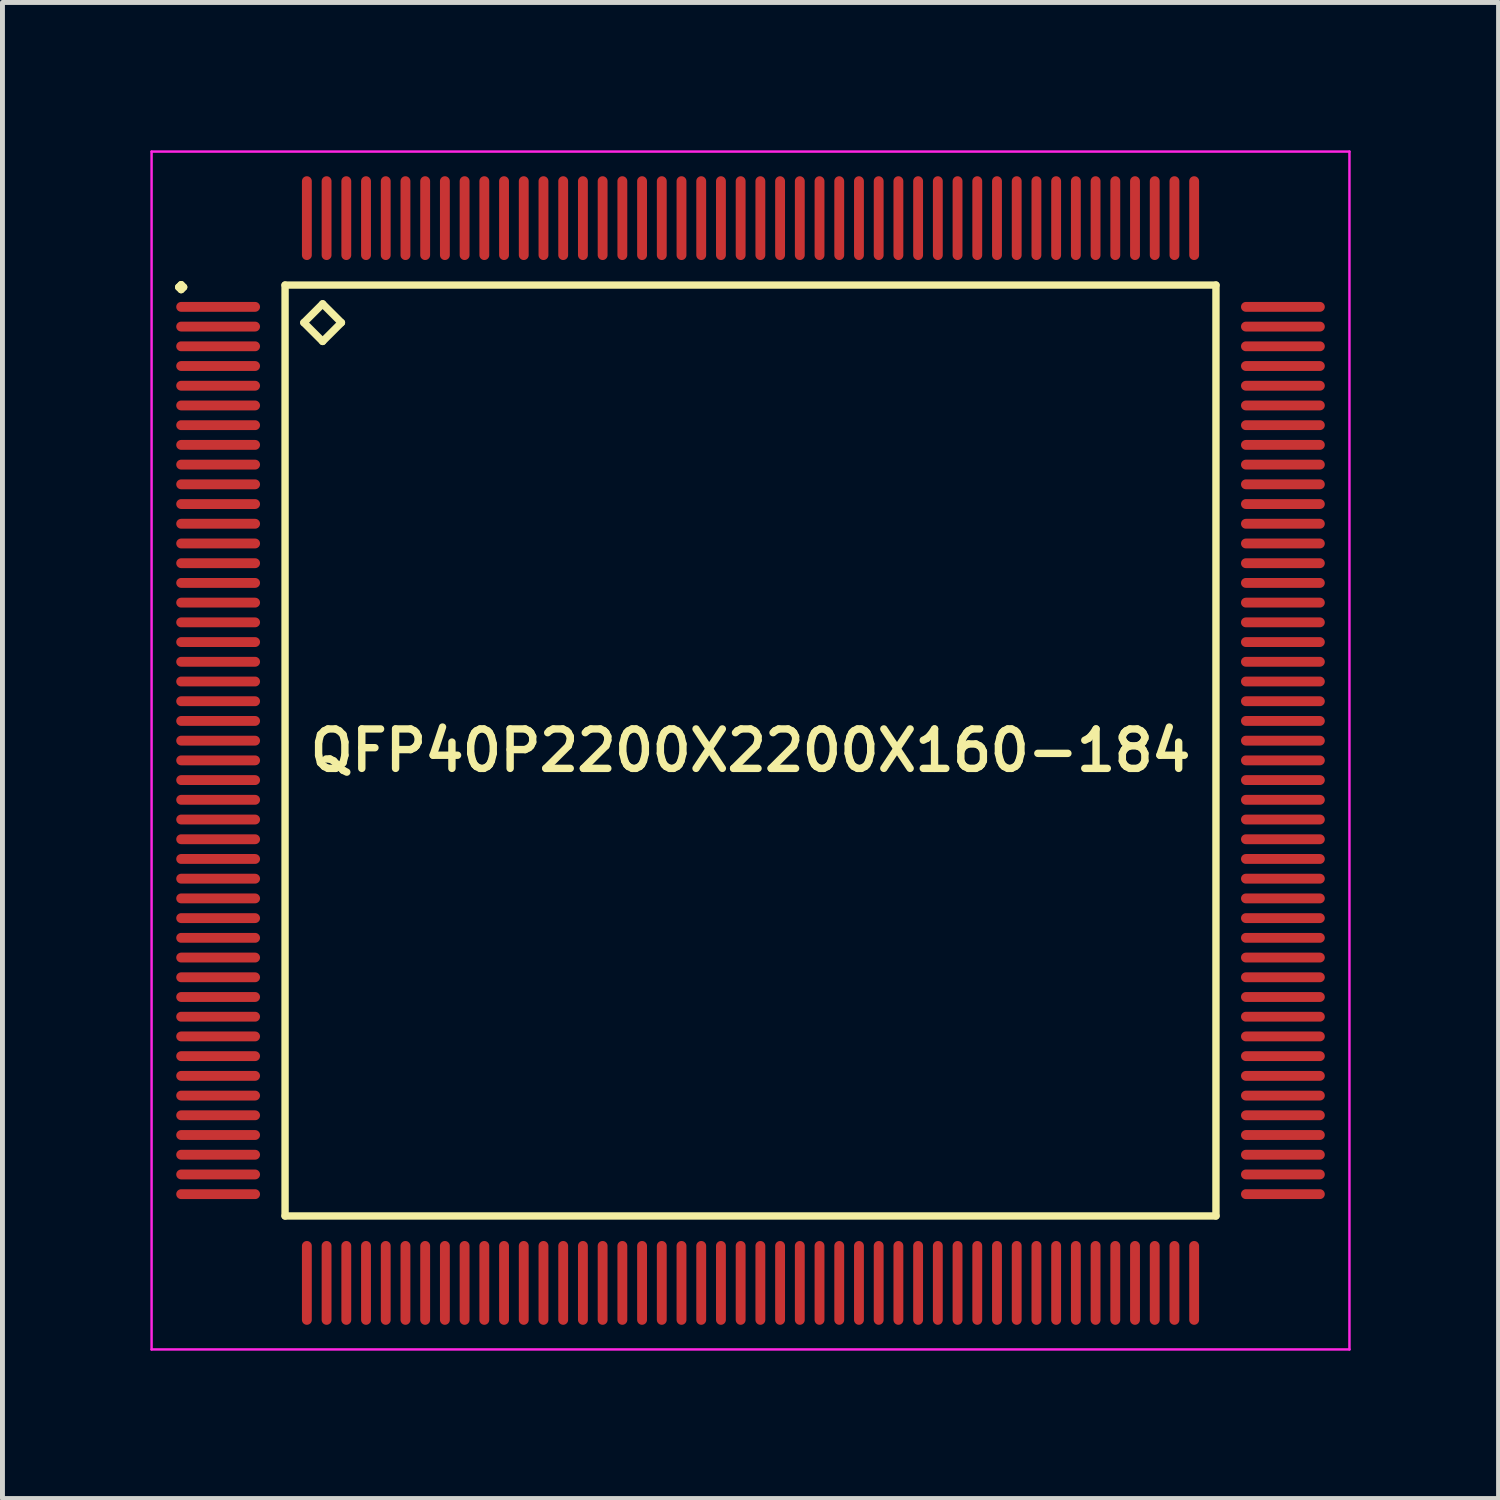
<source format=kicad_pcb>
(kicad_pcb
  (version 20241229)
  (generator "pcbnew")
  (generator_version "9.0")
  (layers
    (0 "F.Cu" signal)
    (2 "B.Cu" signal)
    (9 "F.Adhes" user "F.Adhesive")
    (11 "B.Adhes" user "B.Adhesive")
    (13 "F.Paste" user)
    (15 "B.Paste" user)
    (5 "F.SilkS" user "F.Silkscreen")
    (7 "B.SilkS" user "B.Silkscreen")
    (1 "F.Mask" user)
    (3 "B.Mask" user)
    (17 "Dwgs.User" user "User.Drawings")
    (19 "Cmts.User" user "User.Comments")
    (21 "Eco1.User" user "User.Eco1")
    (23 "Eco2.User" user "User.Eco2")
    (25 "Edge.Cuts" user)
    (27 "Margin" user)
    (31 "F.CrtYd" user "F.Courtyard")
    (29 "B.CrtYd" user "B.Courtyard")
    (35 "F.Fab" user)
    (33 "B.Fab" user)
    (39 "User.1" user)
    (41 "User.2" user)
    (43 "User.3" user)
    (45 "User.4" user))
  (footprint "QFP40P2200X2200X160-184"
    (layer "F.Cu")
    (at 12.175 12.175)
    (property "Reference" "QFP40P2200X2200X160-184" (at 0 0 0) (layer "F.SilkS") (effects (font (size 0.8 0.8) (thickness 0.15))))
    (attr smd)
    (fp_line (start -11.6 -9.4) (end -11.55 -9.45) (stroke (width 0.15) (type solid)) (layer "F.SilkS"))
    (fp_line (start -11.55 -9.45) (end -11.5 -9.4) (stroke (width 0.15) (type solid)) (layer "F.SilkS"))
    (fp_line (start -11.55 -9.35) (end -11.6 -9.4) (stroke (width 0.15) (type solid)) (layer "F.SilkS"))
    (fp_line (start -11.5 -9.4) (end -11.55 -9.35) (stroke (width 0.15) (type solid)) (layer "F.SilkS"))
    (fp_line (start -9.442 -9.442) (end -9.442 9.442) (stroke (width 0.15) (type solid)) (layer "F.SilkS"))
    (fp_line (start -9.442 9.442) (end 9.442 9.442) (stroke (width 0.15) (type solid)) (layer "F.SilkS"))
    (fp_line (start -9.061 -8.68) (end -8.68 -9.061) (stroke (width 0.15) (type solid)) (layer "F.SilkS"))
    (fp_line (start -8.68 -9.061) (end -8.299 -8.68) (stroke (width 0.15) (type solid)) (layer "F.SilkS"))
    (fp_line (start -8.68 -8.299) (end -9.061 -8.68) (stroke (width 0.15) (type solid)) (layer "F.SilkS"))
    (fp_line (start -8.299 -8.68) (end -8.68 -8.299) (stroke (width 0.15) (type solid)) (layer "F.SilkS"))
    (fp_line (start 9.442 -9.442) (end -9.442 -9.442) (stroke (width 0.15) (type solid)) (layer "F.SilkS"))
    (fp_line (start 9.442 9.442) (end 9.442 -9.442) (stroke (width 0.15) (type solid)) (layer "F.SilkS"))
    (fp_line (start -12.15 -12.15) (end 12.15 -12.15) (stroke (width 0.05) (type solid)) (layer "F.CrtYd"))
    (fp_line (start -12.15 12.15) (end -12.15 -12.15) (stroke (width 0.05) (type solid)) (layer "F.CrtYd"))
    (fp_line (start 12.15 -12.15) (end 12.15 12.15) (stroke (width 0.05) (type solid)) (layer "F.CrtYd"))
    (fp_line (start 12.15 12.15) (end -12.15 12.15) (stroke (width 0.05) (type solid)) (layer "F.CrtYd"))
    (pad "1" smd oval (at -10.8 -9) (size 1.7 0.2) (layers "F.Cu" "F.Mask" "F.Paste"))
    (pad "2" smd oval (at -10.8 -8.6) (size 1.7 0.2) (layers "F.Cu" "F.Mask" "F.Paste"))
    (pad "3" smd oval (at -10.8 -8.2) (size 1.7 0.2) (layers "F.Cu" "F.Mask" "F.Paste"))
    (pad "4" smd oval (at -10.8 -7.8) (size 1.7 0.2) (layers "F.Cu" "F.Mask" "F.Paste"))
    (pad "5" smd oval (at -10.8 -7.4) (size 1.7 0.2) (layers "F.Cu" "F.Mask" "F.Paste"))
    (pad "6" smd oval (at -10.8 -7) (size 1.7 0.2) (layers "F.Cu" "F.Mask" "F.Paste"))
    (pad "7" smd oval (at -10.8 -6.6) (size 1.7 0.2) (layers "F.Cu" "F.Mask" "F.Paste"))
    (pad "8" smd oval (at -10.8 -6.2) (size 1.7 0.2) (layers "F.Cu" "F.Mask" "F.Paste"))
    (pad "9" smd oval (at -10.8 -5.8) (size 1.7 0.2) (layers "F.Cu" "F.Mask" "F.Paste"))
    (pad "10" smd oval (at -10.8 -5.4) (size 1.7 0.2) (layers "F.Cu" "F.Mask" "F.Paste"))
    (pad "11" smd oval (at -10.8 -5) (size 1.7 0.2) (layers "F.Cu" "F.Mask" "F.Paste"))
    (pad "12" smd oval (at -10.8 -4.6) (size 1.7 0.2) (layers "F.Cu" "F.Mask" "F.Paste"))
    (pad "13" smd oval (at -10.8 -4.2) (size 1.7 0.2) (layers "F.Cu" "F.Mask" "F.Paste"))
    (pad "14" smd oval (at -10.8 -3.8) (size 1.7 0.2) (layers "F.Cu" "F.Mask" "F.Paste"))
    (pad "15" smd oval (at -10.8 -3.4) (size 1.7 0.2) (layers "F.Cu" "F.Mask" "F.Paste"))
    (pad "16" smd oval (at -10.8 -3) (size 1.7 0.2) (layers "F.Cu" "F.Mask" "F.Paste"))
    (pad "17" smd oval (at -10.8 -2.6) (size 1.7 0.2) (layers "F.Cu" "F.Mask" "F.Paste"))
    (pad "18" smd oval (at -10.8 -2.2) (size 1.7 0.2) (layers "F.Cu" "F.Mask" "F.Paste"))
    (pad "19" smd oval (at -10.8 -1.8) (size 1.7 0.2) (layers "F.Cu" "F.Mask" "F.Paste"))
    (pad "20" smd oval (at -10.8 -1.4) (size 1.7 0.2) (layers "F.Cu" "F.Mask" "F.Paste"))
    (pad "21" smd oval (at -10.8 -1) (size 1.7 0.2) (layers "F.Cu" "F.Mask" "F.Paste"))
    (pad "22" smd oval (at -10.8 -0.6) (size 1.7 0.2) (layers "F.Cu" "F.Mask" "F.Paste"))
    (pad "23" smd oval (at -10.8 -0.2) (size 1.7 0.2) (layers "F.Cu" "F.Mask" "F.Paste"))
    (pad "24" smd oval (at -10.8 0.2) (size 1.7 0.2) (layers "F.Cu" "F.Mask" "F.Paste"))
    (pad "25" smd oval (at -10.8 0.6) (size 1.7 0.2) (layers "F.Cu" "F.Mask" "F.Paste"))
    (pad "26" smd oval (at -10.8 1) (size 1.7 0.2) (layers "F.Cu" "F.Mask" "F.Paste"))
    (pad "27" smd oval (at -10.8 1.4) (size 1.7 0.2) (layers "F.Cu" "F.Mask" "F.Paste"))
    (pad "28" smd oval (at -10.8 1.8) (size 1.7 0.2) (layers "F.Cu" "F.Mask" "F.Paste"))
    (pad "29" smd oval (at -10.8 2.2) (size 1.7 0.2) (layers "F.Cu" "F.Mask" "F.Paste"))
    (pad "30" smd oval (at -10.8 2.6) (size 1.7 0.2) (layers "F.Cu" "F.Mask" "F.Paste"))
    (pad "31" smd oval (at -10.8 3) (size 1.7 0.2) (layers "F.Cu" "F.Mask" "F.Paste"))
    (pad "32" smd oval (at -10.8 3.4) (size 1.7 0.2) (layers "F.Cu" "F.Mask" "F.Paste"))
    (pad "33" smd oval (at -10.8 3.8) (size 1.7 0.2) (layers "F.Cu" "F.Mask" "F.Paste"))
    (pad "34" smd oval (at -10.8 4.2) (size 1.7 0.2) (layers "F.Cu" "F.Mask" "F.Paste"))
    (pad "35" smd oval (at -10.8 4.6) (size 1.7 0.2) (layers "F.Cu" "F.Mask" "F.Paste"))
    (pad "36" smd oval (at -10.8 5) (size 1.7 0.2) (layers "F.Cu" "F.Mask" "F.Paste"))
    (pad "37" smd oval (at -10.8 5.4) (size 1.7 0.2) (layers "F.Cu" "F.Mask" "F.Paste"))
    (pad "38" smd oval (at -10.8 5.8) (size 1.7 0.2) (layers "F.Cu" "F.Mask" "F.Paste"))
    (pad "39" smd oval (at -10.8 6.2) (size 1.7 0.2) (layers "F.Cu" "F.Mask" "F.Paste"))
    (pad "40" smd oval (at -10.8 6.6) (size 1.7 0.2) (layers "F.Cu" "F.Mask" "F.Paste"))
    (pad "41" smd oval (at -10.8 7) (size 1.7 0.2) (layers "F.Cu" "F.Mask" "F.Paste"))
    (pad "42" smd oval (at -10.8 7.4) (size 1.7 0.2) (layers "F.Cu" "F.Mask" "F.Paste"))
    (pad "43" smd oval (at -10.8 7.8) (size 1.7 0.2) (layers "F.Cu" "F.Mask" "F.Paste"))
    (pad "44" smd oval (at -10.8 8.2) (size 1.7 0.2) (layers "F.Cu" "F.Mask" "F.Paste"))
    (pad "45" smd oval (at -10.8 8.6) (size 1.7 0.2) (layers "F.Cu" "F.Mask" "F.Paste"))
    (pad "46" smd oval (at -10.8 9) (size 1.7 0.2) (layers "F.Cu" "F.Mask" "F.Paste"))
    (pad "47" smd oval (at -9 10.8) (size 0.2 1.7) (layers "F.Cu" "F.Mask" "F.Paste"))
    (pad "48" smd oval (at -8.6 10.8) (size 0.2 1.7) (layers "F.Cu" "F.Mask" "F.Paste"))
    (pad "49" smd oval (at -8.2 10.8) (size 0.2 1.7) (layers "F.Cu" "F.Mask" "F.Paste"))
    (pad "50" smd oval (at -7.8 10.8) (size 0.2 1.7) (layers "F.Cu" "F.Mask" "F.Paste"))
    (pad "51" smd oval (at -7.4 10.8) (size 0.2 1.7) (layers "F.Cu" "F.Mask" "F.Paste"))
    (pad "52" smd oval (at -7 10.8) (size 0.2 1.7) (layers "F.Cu" "F.Mask" "F.Paste"))
    (pad "53" smd oval (at -6.6 10.8) (size 0.2 1.7) (layers "F.Cu" "F.Mask" "F.Paste"))
    (pad "54" smd oval (at -6.2 10.8) (size 0.2 1.7) (layers "F.Cu" "F.Mask" "F.Paste"))
    (pad "55" smd oval (at -5.8 10.8) (size 0.2 1.7) (layers "F.Cu" "F.Mask" "F.Paste"))
    (pad "56" smd oval (at -5.4 10.8) (size 0.2 1.7) (layers "F.Cu" "F.Mask" "F.Paste"))
    (pad "57" smd oval (at -5 10.8) (size 0.2 1.7) (layers "F.Cu" "F.Mask" "F.Paste"))
    (pad "58" smd oval (at -4.6 10.8) (size 0.2 1.7) (layers "F.Cu" "F.Mask" "F.Paste"))
    (pad "59" smd oval (at -4.2 10.8) (size 0.2 1.7) (layers "F.Cu" "F.Mask" "F.Paste"))
    (pad "60" smd oval (at -3.8 10.8) (size 0.2 1.7) (layers "F.Cu" "F.Mask" "F.Paste"))
    (pad "61" smd oval (at -3.4 10.8) (size 0.2 1.7) (layers "F.Cu" "F.Mask" "F.Paste"))
    (pad "62" smd oval (at -3 10.8) (size 0.2 1.7) (layers "F.Cu" "F.Mask" "F.Paste"))
    (pad "63" smd oval (at -2.6 10.8) (size 0.2 1.7) (layers "F.Cu" "F.Mask" "F.Paste"))
    (pad "64" smd oval (at -2.2 10.8) (size 0.2 1.7) (layers "F.Cu" "F.Mask" "F.Paste"))
    (pad "65" smd oval (at -1.8 10.8) (size 0.2 1.7) (layers "F.Cu" "F.Mask" "F.Paste"))
    (pad "66" smd oval (at -1.4 10.8) (size 0.2 1.7) (layers "F.Cu" "F.Mask" "F.Paste"))
    (pad "67" smd oval (at -1 10.8) (size 0.2 1.7) (layers "F.Cu" "F.Mask" "F.Paste"))
    (pad "68" smd oval (at -0.6 10.8) (size 0.2 1.7) (layers "F.Cu" "F.Mask" "F.Paste"))
    (pad "69" smd oval (at -0.2 10.8) (size 0.2 1.7) (layers "F.Cu" "F.Mask" "F.Paste"))
    (pad "70" smd oval (at 0.2 10.8) (size 0.2 1.7) (layers "F.Cu" "F.Mask" "F.Paste"))
    (pad "71" smd oval (at 0.6 10.8) (size 0.2 1.7) (layers "F.Cu" "F.Mask" "F.Paste"))
    (pad "72" smd oval (at 1 10.8) (size 0.2 1.7) (layers "F.Cu" "F.Mask" "F.Paste"))
    (pad "73" smd oval (at 1.4 10.8) (size 0.2 1.7) (layers "F.Cu" "F.Mask" "F.Paste"))
    (pad "74" smd oval (at 1.8 10.8) (size 0.2 1.7) (layers "F.Cu" "F.Mask" "F.Paste"))
    (pad "75" smd oval (at 2.2 10.8) (size 0.2 1.7) (layers "F.Cu" "F.Mask" "F.Paste"))
    (pad "76" smd oval (at 2.6 10.8) (size 0.2 1.7) (layers "F.Cu" "F.Mask" "F.Paste"))
    (pad "77" smd oval (at 3 10.8) (size 0.2 1.7) (layers "F.Cu" "F.Mask" "F.Paste"))
    (pad "78" smd oval (at 3.4 10.8) (size 0.2 1.7) (layers "F.Cu" "F.Mask" "F.Paste"))
    (pad "79" smd oval (at 3.8 10.8) (size 0.2 1.7) (layers "F.Cu" "F.Mask" "F.Paste"))
    (pad "80" smd oval (at 4.2 10.8) (size 0.2 1.7) (layers "F.Cu" "F.Mask" "F.Paste"))
    (pad "81" smd oval (at 4.6 10.8) (size 0.2 1.7) (layers "F.Cu" "F.Mask" "F.Paste"))
    (pad "82" smd oval (at 5 10.8) (size 0.2 1.7) (layers "F.Cu" "F.Mask" "F.Paste"))
    (pad "83" smd oval (at 5.4 10.8) (size 0.2 1.7) (layers "F.Cu" "F.Mask" "F.Paste"))
    (pad "84" smd oval (at 5.8 10.8) (size 0.2 1.7) (layers "F.Cu" "F.Mask" "F.Paste"))
    (pad "85" smd oval (at 6.2 10.8) (size 0.2 1.7) (layers "F.Cu" "F.Mask" "F.Paste"))
    (pad "86" smd oval (at 6.6 10.8) (size 0.2 1.7) (layers "F.Cu" "F.Mask" "F.Paste"))
    (pad "87" smd oval (at 7 10.8) (size 0.2 1.7) (layers "F.Cu" "F.Mask" "F.Paste"))
    (pad "88" smd oval (at 7.4 10.8) (size 0.2 1.7) (layers "F.Cu" "F.Mask" "F.Paste"))
    (pad "89" smd oval (at 7.8 10.8) (size 0.2 1.7) (layers "F.Cu" "F.Mask" "F.Paste"))
    (pad "90" smd oval (at 8.2 10.8) (size 0.2 1.7) (layers "F.Cu" "F.Mask" "F.Paste"))
    (pad "91" smd oval (at 8.6 10.8) (size 0.2 1.7) (layers "F.Cu" "F.Mask" "F.Paste"))
    (pad "92" smd oval (at 9 10.8) (size 0.2 1.7) (layers "F.Cu" "F.Mask" "F.Paste"))
    (pad "93" smd oval (at 10.8 9) (size 1.7 0.2) (layers "F.Cu" "F.Mask" "F.Paste"))
    (pad "94" smd oval (at 10.8 8.6) (size 1.7 0.2) (layers "F.Cu" "F.Mask" "F.Paste"))
    (pad "95" smd oval (at 10.8 8.2) (size 1.7 0.2) (layers "F.Cu" "F.Mask" "F.Paste"))
    (pad "96" smd oval (at 10.8 7.8) (size 1.7 0.2) (layers "F.Cu" "F.Mask" "F.Paste"))
    (pad "97" smd oval (at 10.8 7.4) (size 1.7 0.2) (layers "F.Cu" "F.Mask" "F.Paste"))
    (pad "98" smd oval (at 10.8 7) (size 1.7 0.2) (layers "F.Cu" "F.Mask" "F.Paste"))
    (pad "99" smd oval (at 10.8 6.6) (size 1.7 0.2) (layers "F.Cu" "F.Mask" "F.Paste"))
    (pad "100" smd oval (at 10.8 6.2) (size 1.7 0.2) (layers "F.Cu" "F.Mask" "F.Paste"))
    (pad "101" smd oval (at 10.8 5.8) (size 1.7 0.2) (layers "F.Cu" "F.Mask" "F.Paste"))
    (pad "102" smd oval (at 10.8 5.4) (size 1.7 0.2) (layers "F.Cu" "F.Mask" "F.Paste"))
    (pad "103" smd oval (at 10.8 5) (size 1.7 0.2) (layers "F.Cu" "F.Mask" "F.Paste"))
    (pad "104" smd oval (at 10.8 4.6) (size 1.7 0.2) (layers "F.Cu" "F.Mask" "F.Paste"))
    (pad "105" smd oval (at 10.8 4.2) (size 1.7 0.2) (layers "F.Cu" "F.Mask" "F.Paste"))
    (pad "106" smd oval (at 10.8 3.8) (size 1.7 0.2) (layers "F.Cu" "F.Mask" "F.Paste"))
    (pad "107" smd oval (at 10.8 3.4) (size 1.7 0.2) (layers "F.Cu" "F.Mask" "F.Paste"))
    (pad "108" smd oval (at 10.8 3) (size 1.7 0.2) (layers "F.Cu" "F.Mask" "F.Paste"))
    (pad "109" smd oval (at 10.8 2.6) (size 1.7 0.2) (layers "F.Cu" "F.Mask" "F.Paste"))
    (pad "110" smd oval (at 10.8 2.2) (size 1.7 0.2) (layers "F.Cu" "F.Mask" "F.Paste"))
    (pad "111" smd oval (at 10.8 1.8) (size 1.7 0.2) (layers "F.Cu" "F.Mask" "F.Paste"))
    (pad "112" smd oval (at 10.8 1.4) (size 1.7 0.2) (layers "F.Cu" "F.Mask" "F.Paste"))
    (pad "113" smd oval (at 10.8 1) (size 1.7 0.2) (layers "F.Cu" "F.Mask" "F.Paste"))
    (pad "114" smd oval (at 10.8 0.6) (size 1.7 0.2) (layers "F.Cu" "F.Mask" "F.Paste"))
    (pad "115" smd oval (at 10.8 0.2) (size 1.7 0.2) (layers "F.Cu" "F.Mask" "F.Paste"))
    (pad "116" smd oval (at 10.8 -0.2) (size 1.7 0.2) (layers "F.Cu" "F.Mask" "F.Paste"))
    (pad "117" smd oval (at 10.8 -0.6) (size 1.7 0.2) (layers "F.Cu" "F.Mask" "F.Paste"))
    (pad "118" smd oval (at 10.8 -1) (size 1.7 0.2) (layers "F.Cu" "F.Mask" "F.Paste"))
    (pad "119" smd oval (at 10.8 -1.4) (size 1.7 0.2) (layers "F.Cu" "F.Mask" "F.Paste"))
    (pad "120" smd oval (at 10.8 -1.8) (size 1.7 0.2) (layers "F.Cu" "F.Mask" "F.Paste"))
    (pad "121" smd oval (at 10.8 -2.2) (size 1.7 0.2) (layers "F.Cu" "F.Mask" "F.Paste"))
    (pad "122" smd oval (at 10.8 -2.6) (size 1.7 0.2) (layers "F.Cu" "F.Mask" "F.Paste"))
    (pad "123" smd oval (at 10.8 -3) (size 1.7 0.2) (layers "F.Cu" "F.Mask" "F.Paste"))
    (pad "124" smd oval (at 10.8 -3.4) (size 1.7 0.2) (layers "F.Cu" "F.Mask" "F.Paste"))
    (pad "125" smd oval (at 10.8 -3.8) (size 1.7 0.2) (layers "F.Cu" "F.Mask" "F.Paste"))
    (pad "126" smd oval (at 10.8 -4.2) (size 1.7 0.2) (layers "F.Cu" "F.Mask" "F.Paste"))
    (pad "127" smd oval (at 10.8 -4.6) (size 1.7 0.2) (layers "F.Cu" "F.Mask" "F.Paste"))
    (pad "128" smd oval (at 10.8 -5) (size 1.7 0.2) (layers "F.Cu" "F.Mask" "F.Paste"))
    (pad "129" smd oval (at 10.8 -5.4) (size 1.7 0.2) (layers "F.Cu" "F.Mask" "F.Paste"))
    (pad "130" smd oval (at 10.8 -5.8) (size 1.7 0.2) (layers "F.Cu" "F.Mask" "F.Paste"))
    (pad "131" smd oval (at 10.8 -6.2) (size 1.7 0.2) (layers "F.Cu" "F.Mask" "F.Paste"))
    (pad "132" smd oval (at 10.8 -6.6) (size 1.7 0.2) (layers "F.Cu" "F.Mask" "F.Paste"))
    (pad "133" smd oval (at 10.8 -7) (size 1.7 0.2) (layers "F.Cu" "F.Mask" "F.Paste"))
    (pad "134" smd oval (at 10.8 -7.4) (size 1.7 0.2) (layers "F.Cu" "F.Mask" "F.Paste"))
    (pad "135" smd oval (at 10.8 -7.8) (size 1.7 0.2) (layers "F.Cu" "F.Mask" "F.Paste"))
    (pad "136" smd oval (at 10.8 -8.2) (size 1.7 0.2) (layers "F.Cu" "F.Mask" "F.Paste"))
    (pad "137" smd oval (at 10.8 -8.6) (size 1.7 0.2) (layers "F.Cu" "F.Mask" "F.Paste"))
    (pad "138" smd oval (at 10.8 -9) (size 1.7 0.2) (layers "F.Cu" "F.Mask" "F.Paste"))
    (pad "139" smd oval (at 9 -10.8) (size 0.2 1.7) (layers "F.Cu" "F.Mask" "F.Paste"))
    (pad "140" smd oval (at 8.6 -10.8) (size 0.2 1.7) (layers "F.Cu" "F.Mask" "F.Paste"))
    (pad "141" smd oval (at 8.2 -10.8) (size 0.2 1.7) (layers "F.Cu" "F.Mask" "F.Paste"))
    (pad "142" smd oval (at 7.8 -10.8) (size 0.2 1.7) (layers "F.Cu" "F.Mask" "F.Paste"))
    (pad "143" smd oval (at 7.4 -10.8) (size 0.2 1.7) (layers "F.Cu" "F.Mask" "F.Paste"))
    (pad "144" smd oval (at 7 -10.8) (size 0.2 1.7) (layers "F.Cu" "F.Mask" "F.Paste"))
    (pad "145" smd oval (at 6.6 -10.8) (size 0.2 1.7) (layers "F.Cu" "F.Mask" "F.Paste"))
    (pad "146" smd oval (at 6.2 -10.8) (size 0.2 1.7) (layers "F.Cu" "F.Mask" "F.Paste"))
    (pad "147" smd oval (at 5.8 -10.8) (size 0.2 1.7) (layers "F.Cu" "F.Mask" "F.Paste"))
    (pad "148" smd oval (at 5.4 -10.8) (size 0.2 1.7) (layers "F.Cu" "F.Mask" "F.Paste"))
    (pad "149" smd oval (at 5 -10.8) (size 0.2 1.7) (layers "F.Cu" "F.Mask" "F.Paste"))
    (pad "150" smd oval (at 4.6 -10.8) (size 0.2 1.7) (layers "F.Cu" "F.Mask" "F.Paste"))
    (pad "151" smd oval (at 4.2 -10.8) (size 0.2 1.7) (layers "F.Cu" "F.Mask" "F.Paste"))
    (pad "152" smd oval (at 3.8 -10.8) (size 0.2 1.7) (layers "F.Cu" "F.Mask" "F.Paste"))
    (pad "153" smd oval (at 3.4 -10.8) (size 0.2 1.7) (layers "F.Cu" "F.Mask" "F.Paste"))
    (pad "154" smd oval (at 3 -10.8) (size 0.2 1.7) (layers "F.Cu" "F.Mask" "F.Paste"))
    (pad "155" smd oval (at 2.6 -10.8) (size 0.2 1.7) (layers "F.Cu" "F.Mask" "F.Paste"))
    (pad "156" smd oval (at 2.2 -10.8) (size 0.2 1.7) (layers "F.Cu" "F.Mask" "F.Paste"))
    (pad "157" smd oval (at 1.8 -10.8) (size 0.2 1.7) (layers "F.Cu" "F.Mask" "F.Paste"))
    (pad "158" smd oval (at 1.4 -10.8) (size 0.2 1.7) (layers "F.Cu" "F.Mask" "F.Paste"))
    (pad "159" smd oval (at 1 -10.8) (size 0.2 1.7) (layers "F.Cu" "F.Mask" "F.Paste"))
    (pad "160" smd oval (at 0.6 -10.8) (size 0.2 1.7) (layers "F.Cu" "F.Mask" "F.Paste"))
    (pad "161" smd oval (at 0.2 -10.8) (size 0.2 1.7) (layers "F.Cu" "F.Mask" "F.Paste"))
    (pad "162" smd oval (at -0.2 -10.8) (size 0.2 1.7) (layers "F.Cu" "F.Mask" "F.Paste"))
    (pad "163" smd oval (at -0.6 -10.8) (size 0.2 1.7) (layers "F.Cu" "F.Mask" "F.Paste"))
    (pad "164" smd oval (at -1 -10.8) (size 0.2 1.7) (layers "F.Cu" "F.Mask" "F.Paste"))
    (pad "165" smd oval (at -1.4 -10.8) (size 0.2 1.7) (layers "F.Cu" "F.Mask" "F.Paste"))
    (pad "166" smd oval (at -1.8 -10.8) (size 0.2 1.7) (layers "F.Cu" "F.Mask" "F.Paste"))
    (pad "167" smd oval (at -2.2 -10.8) (size 0.2 1.7) (layers "F.Cu" "F.Mask" "F.Paste"))
    (pad "168" smd oval (at -2.6 -10.8) (size 0.2 1.7) (layers "F.Cu" "F.Mask" "F.Paste"))
    (pad "169" smd oval (at -3 -10.8) (size 0.2 1.7) (layers "F.Cu" "F.Mask" "F.Paste"))
    (pad "170" smd oval (at -3.4 -10.8) (size 0.2 1.7) (layers "F.Cu" "F.Mask" "F.Paste"))
    (pad "171" smd oval (at -3.8 -10.8) (size 0.2 1.7) (layers "F.Cu" "F.Mask" "F.Paste"))
    (pad "172" smd oval (at -4.2 -10.8) (size 0.2 1.7) (layers "F.Cu" "F.Mask" "F.Paste"))
    (pad "173" smd oval (at -4.6 -10.8) (size 0.2 1.7) (layers "F.Cu" "F.Mask" "F.Paste"))
    (pad "174" smd oval (at -5 -10.8) (size 0.2 1.7) (layers "F.Cu" "F.Mask" "F.Paste"))
    (pad "175" smd oval (at -5.4 -10.8) (size 0.2 1.7) (layers "F.Cu" "F.Mask" "F.Paste"))
    (pad "176" smd oval (at -5.8 -10.8) (size 0.2 1.7) (layers "F.Cu" "F.Mask" "F.Paste"))
    (pad "177" smd oval (at -6.2 -10.8) (size 0.2 1.7) (layers "F.Cu" "F.Mask" "F.Paste"))
    (pad "178" smd oval (at -6.6 -10.8) (size 0.2 1.7) (layers "F.Cu" "F.Mask" "F.Paste"))
    (pad "179" smd oval (at -7 -10.8) (size 0.2 1.7) (layers "F.Cu" "F.Mask" "F.Paste"))
    (pad "180" smd oval (at -7.4 -10.8) (size 0.2 1.7) (layers "F.Cu" "F.Mask" "F.Paste"))
    (pad "181" smd oval (at -7.8 -10.8) (size 0.2 1.7) (layers "F.Cu" "F.Mask" "F.Paste"))
    (pad "182" smd oval (at -8.2 -10.8) (size 0.2 1.7) (layers "F.Cu" "F.Mask" "F.Paste"))
    (pad "183" smd oval (at -8.6 -10.8) (size 0.2 1.7) (layers "F.Cu" "F.Mask" "F.Paste"))
    (pad "184" smd oval (at -9 -10.8) (size 0.2 1.7) (layers "F.Cu" "F.Mask" "F.Paste")))
  (gr_rect
    (start -3 -3)
    (end 27.35 27.35)
    (stroke (width 0.1) (type default))
    (fill no)
    (layer "Edge.Cuts")))
</source>
